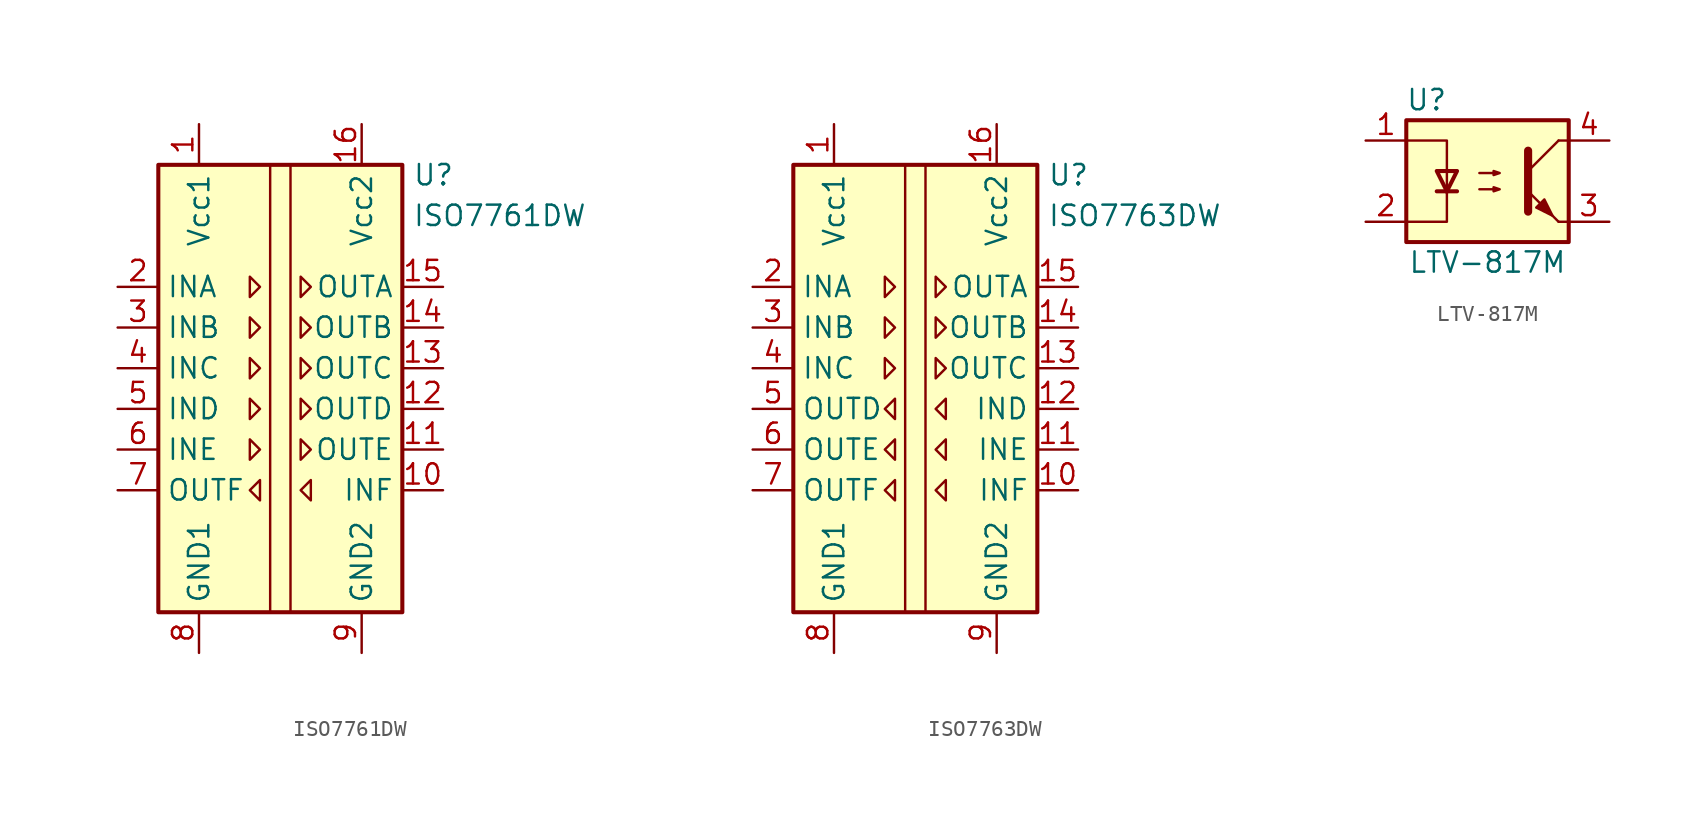
<source format=kicad_sym>
(kicad_symbol_lib
  (version 20220914)
  (generator kicad_symbol_editor)
  (symbol "ISO7761DW"
    (property "Reference" "U"
      (at 8.255 14.605 0)
      (effects (font (size 1.27 1.27)) (justify left)))
    (property "Value" "ISO7761DW"
      (at 8.255 12.065 0)
      (effects (font (size 1.27 1.27)) (justify left)))
    (symbol "ISO7761DW_0_1"
      (rectangle (start -7.62 15.24) (end 7.62 -12.7) (stroke (width 0.254) (type default)) (fill (type background)))
      (polyline (pts (xy -0.635 15.24) (xy -0.635 -12.7)) (stroke (width 0) (type default)) (fill (type none)))
      (polyline (pts (xy 0.635 15.24) (xy 0.635 -12.7)) (stroke (width 0) (type default)) (fill (type none)))
      (polyline (pts (xy -1.905 8.255) (xy -1.27 7.62) (xy -1.905 6.985) (xy -1.905 8.255)) (stroke (width 0) (type default)) (fill (type none)))
      (polyline (pts (xy 1.27 8.255) (xy 1.905 7.62) (xy 1.27 6.985) (xy 1.27 8.255)) (stroke (width 0) (type default)) (fill (type none))))
    (symbol "ISO7761DW_1_1"
      (polyline (pts (xy -1.905 -1.905) (xy -1.27 -2.54) (xy -1.905 -3.175) (xy -1.905 -1.905)) (stroke (width 0) (type default)) (fill (type none)))
      (polyline (pts (xy -1.905 0.635) (xy -1.27 0) (xy -1.905 -0.635) (xy -1.905 0.635)) (stroke (width 0) (type default)) (fill (type none)))
      (polyline (pts (xy -1.905 3.175) (xy -1.27 2.54) (xy -1.905 1.905) (xy -1.905 3.175)) (stroke (width 0) (type default)) (fill (type none)))
      (polyline (pts (xy -1.905 5.715) (xy -1.27 5.08) (xy -1.905 4.445) (xy -1.905 5.715)) (stroke (width 0) (type default)) (fill (type none)))
      (polyline (pts (xy -1.27 -4.445) (xy -1.905 -5.08) (xy -1.27 -5.715) (xy -1.27 -4.445)) (stroke (width 0) (type default)) (fill (type none)))
      (polyline (pts (xy 1.27 -1.905) (xy 1.905 -2.54) (xy 1.27 -3.175) (xy 1.27 -1.905)) (stroke (width 0) (type default)) (fill (type none)))
      (polyline (pts (xy 1.27 0.635) (xy 1.905 0) (xy 1.27 -0.635) (xy 1.27 0.635)) (stroke (width 0) (type default)) (fill (type none)))
      (polyline (pts (xy 1.27 3.175) (xy 1.905 2.54) (xy 1.27 1.905) (xy 1.27 3.175)) (stroke (width 0) (type default)) (fill (type none)))
      (polyline (pts (xy 1.27 5.715) (xy 1.905 5.08) (xy 1.27 4.445) (xy 1.27 5.715)) (stroke (width 0) (type default)) (fill (type none)))
      (polyline (pts (xy 1.905 -4.445) (xy 1.27 -5.08) (xy 1.905 -5.715) (xy 1.905 -4.445)) (stroke (width 0) (type default)) (fill (type none)))
      (pin power_in line (at -5.08 17.78 270) (length 2.54) (name "Vcc1" (effects (font (size 1.27 1.27)))) (number "1" (effects (font (size 1.27 1.27)))))
      (pin input line (at 10.16 -5.08 180) (length 2.54) (name "INF" (effects (font (size 1.27 1.27)))) (number "10" (effects (font (size 1.27 1.27)))))
      (pin output line (at 10.16 -2.54 180) (length 2.54) (name "OUTE" (effects (font (size 1.27 1.27)))) (number "11" (effects (font (size 1.27 1.27)))))
      (pin output line (at 10.16 0 180) (length 2.54) (name "OUTD" (effects (font (size 1.27 1.27)))) (number "12" (effects (font (size 1.27 1.27)))))
      (pin output line (at 10.16 2.54 180) (length 2.54) (name "OUTC" (effects (font (size 1.27 1.27)))) (number "13" (effects (font (size 1.27 1.27)))))
      (pin output line (at 10.16 5.08 180) (length 2.54) (name "OUTB" (effects (font (size 1.27 1.27)))) (number "14" (effects (font (size 1.27 1.27)))))
      (pin output line (at 10.16 7.62 180) (length 2.54) (name "OUTA" (effects (font (size 1.27 1.27)))) (number "15" (effects (font (size 1.27 1.27)))))
      (pin power_in line (at 5.08 17.78 270) (length 2.54) (name "Vcc2" (effects (font (size 1.27 1.27)))) (number "16" (effects (font (size 1.27 1.27)))))
      (pin input line (at -10.16 7.62 0) (length 2.54) (name "INA" (effects (font (size 1.27 1.27)))) (number "2" (effects (font (size 1.27 1.27)))))
      (pin input line (at -10.16 5.08 0) (length 2.54) (name "INB" (effects (font (size 1.27 1.27)))) (number "3" (effects (font (size 1.27 1.27)))))
      (pin input line (at -10.16 2.54 0) (length 2.54) (name "INC" (effects (font (size 1.27 1.27)))) (number "4" (effects (font (size 1.27 1.27)))))
      (pin input line (at -10.16 0 0) (length 2.54) (name "IND" (effects (font (size 1.27 1.27)))) (number "5" (effects (font (size 1.27 1.27)))))
      (pin input line (at -10.16 -2.54 0) (length 2.54) (name "INE" (effects (font (size 1.27 1.27)))) (number "6" (effects (font (size 1.27 1.27)))))
      (pin output line (at -10.16 -5.08 0) (length 2.54) (name "OUTF" (effects (font (size 1.27 1.27)))) (number "7" (effects (font (size 1.27 1.27)))))
      (pin power_in line (at -5.08 -15.24 90) (length 2.54) (name "GND1" (effects (font (size 1.27 1.27)))) (number "8" (effects (font (size 1.27 1.27)))))
      (pin power_in line (at 5.08 -15.24 90) (length 2.54) (name "GND2" (effects (font (size 1.27 1.27)))) (number "9" (effects (font (size 1.27 1.27)))))))
  (symbol "ISO7763DW"
    (property "Reference" "U"
      (at 8.255 14.605 0)
      (effects (font (size 1.27 1.27)) (justify left)))
    (property "Value" "ISO7763DW"
      (at 8.255 12.065 0)
      (effects (font (size 1.27 1.27)) (justify left)))
    (symbol "ISO7763DW_0_1"
      (rectangle (start -7.62 15.24) (end 7.62 -12.7) (stroke (width 0.254) (type default)) (fill (type background)))
      (polyline (pts (xy -0.635 15.24) (xy -0.635 -12.7)) (stroke (width 0) (type default)) (fill (type none)))
      (polyline (pts (xy 0.635 15.24) (xy 0.635 -12.7)) (stroke (width 0) (type default)) (fill (type none)))
      (polyline (pts (xy -1.905 8.255) (xy -1.27 7.62) (xy -1.905 6.985) (xy -1.905 8.255)) (stroke (width 0) (type default)) (fill (type none)))
      (polyline (pts (xy 1.27 8.255) (xy 1.905 7.62) (xy 1.27 6.985) (xy 1.27 8.255)) (stroke (width 0) (type default)) (fill (type none))))
    (symbol "ISO7763DW_1_1"
      (polyline (pts (xy -1.905 3.175) (xy -1.27 2.54) (xy -1.905 1.905) (xy -1.905 3.175)) (stroke (width 0) (type default)) (fill (type none)))
      (polyline (pts (xy -1.905 5.715) (xy -1.27 5.08) (xy -1.905 4.445) (xy -1.905 5.715)) (stroke (width 0) (type default)) (fill (type none)))
      (polyline (pts (xy -1.27 -4.445) (xy -1.905 -5.08) (xy -1.27 -5.715) (xy -1.27 -4.445)) (stroke (width 0) (type default)) (fill (type none)))
      (polyline (pts (xy -1.27 -1.905) (xy -1.905 -2.54) (xy -1.27 -3.175) (xy -1.27 -1.905)) (stroke (width 0) (type default)) (fill (type none)))
      (polyline (pts (xy -1.27 0.635) (xy -1.905 0) (xy -1.27 -0.635) (xy -1.27 0.635)) (stroke (width 0) (type default)) (fill (type none)))
      (polyline (pts (xy 1.27 3.175) (xy 1.905 2.54) (xy 1.27 1.905) (xy 1.27 3.175)) (stroke (width 0) (type default)) (fill (type none)))
      (polyline (pts (xy 1.27 5.715) (xy 1.905 5.08) (xy 1.27 4.445) (xy 1.27 5.715)) (stroke (width 0) (type default)) (fill (type none)))
      (polyline (pts (xy 1.905 -4.445) (xy 1.27 -5.08) (xy 1.905 -5.715) (xy 1.905 -4.445)) (stroke (width 0) (type default)) (fill (type none)))
      (polyline (pts (xy 1.905 -1.905) (xy 1.27 -2.54) (xy 1.905 -3.175) (xy 1.905 -1.905)) (stroke (width 0) (type default)) (fill (type none)))
      (polyline (pts (xy 1.905 0.635) (xy 1.27 0) (xy 1.905 -0.635) (xy 1.905 0.635)) (stroke (width 0) (type default)) (fill (type none)))
      (pin power_in line (at -5.08 17.78 270) (length 2.54) (name "Vcc1" (effects (font (size 1.27 1.27)))) (number "1" (effects (font (size 1.27 1.27)))))
      (pin input line (at 10.16 -5.08 180) (length 2.54) (name "INF" (effects (font (size 1.27 1.27)))) (number "10" (effects (font (size 1.27 1.27)))))
      (pin input line (at 10.16 -2.54 180) (length 2.54) (name "INE" (effects (font (size 1.27 1.27)))) (number "11" (effects (font (size 1.27 1.27)))))
      (pin input line (at 10.16 0 180) (length 2.54) (name "IND" (effects (font (size 1.27 1.27)))) (number "12" (effects (font (size 1.27 1.27)))))
      (pin output line (at 10.16 2.54 180) (length 2.54) (name "OUTC" (effects (font (size 1.27 1.27)))) (number "13" (effects (font (size 1.27 1.27)))))
      (pin output line (at 10.16 5.08 180) (length 2.54) (name "OUTB" (effects (font (size 1.27 1.27)))) (number "14" (effects (font (size 1.27 1.27)))))
      (pin output line (at 10.16 7.62 180) (length 2.54) (name "OUTA" (effects (font (size 1.27 1.27)))) (number "15" (effects (font (size 1.27 1.27)))))
      (pin power_in line (at 5.08 17.78 270) (length 2.54) (name "Vcc2" (effects (font (size 1.27 1.27)))) (number "16" (effects (font (size 1.27 1.27)))))
      (pin input line (at -10.16 7.62 0) (length 2.54) (name "INA" (effects (font (size 1.27 1.27)))) (number "2" (effects (font (size 1.27 1.27)))))
      (pin input line (at -10.16 5.08 0) (length 2.54) (name "INB" (effects (font (size 1.27 1.27)))) (number "3" (effects (font (size 1.27 1.27)))))
      (pin input line (at -10.16 2.54 0) (length 2.54) (name "INC" (effects (font (size 1.27 1.27)))) (number "4" (effects (font (size 1.27 1.27)))))
      (pin output line (at -10.16 0 0) (length 2.54) (name "OUTD" (effects (font (size 1.27 1.27)))) (number "5" (effects (font (size 1.27 1.27)))))
      (pin output line (at -10.16 -2.54 0) (length 2.54) (name "OUTE" (effects (font (size 1.27 1.27)))) (number "6" (effects (font (size 1.27 1.27)))))
      (pin output line (at -10.16 -5.08 0) (length 2.54) (name "OUTF" (effects (font (size 1.27 1.27)))) (number "7" (effects (font (size 1.27 1.27)))))
      (pin power_in line (at -5.08 -15.24 90) (length 2.54) (name "GND1" (effects (font (size 1.27 1.27)))) (number "8" (effects (font (size 1.27 1.27)))))
      (pin power_in line (at 5.08 -15.24 90) (length 2.54) (name "GND2" (effects (font (size 1.27 1.27)))) (number "9" (effects (font (size 1.27 1.27)))))))
  (symbol "LTV-817M"
    (pin_names
      (offset 1.016))
    (property "Reference" "U"
      (at -3.81 5.08 0)
      (effects (font (size 1.27 1.27))))
    (property "Value" "LTV-817M"
      (at 0 -5.08 0)
      (effects (font (size 1.27 1.27))))
    (symbol "LTV-817M_1_1"
      (rectangle (start -5.08 3.81) (end 5.08 -3.81) (stroke (width 0.254) (type default)) (fill (type background)))
      (polyline (pts (xy -3.175 -0.635) (xy -1.905 -0.635)) (stroke (width 0.254) (type default)) (fill (type none)))
      (polyline (pts (xy 2.54 0.635) (xy 4.445 2.54)) (stroke (width 0) (type default)) (fill (type none)))
      (polyline (pts (xy 4.445 -2.54) (xy 2.54 -0.635)) (stroke (width 0) (type default)) (fill (type outline)))
      (polyline (pts (xy 4.445 -2.54) (xy 5.08 -2.54)) (stroke (width 0) (type default)) (fill (type none)))
      (polyline (pts (xy 4.445 2.54) (xy 5.08 2.54)) (stroke (width 0) (type default)) (fill (type none)))
      (polyline (pts (xy -5.08 2.54) (xy -2.54 2.54) (xy -2.54 -0.762)) (stroke (width 0) (type default)) (fill (type none)))
      (polyline (pts (xy -2.54 -0.635) (xy -2.54 -2.54) (xy -5.08 -2.54)) (stroke (width 0) (type default)) (fill (type none)))
      (polyline (pts (xy 2.54 1.905) (xy 2.54 -1.905) (xy 2.54 -1.905)) (stroke (width 0.508) (type default)) (fill (type none)))
      (polyline (pts (xy -2.54 -0.635) (xy -3.175 0.635) (xy -1.905 0.635) (xy -2.54 -0.635)) (stroke (width 0.254) (type default)) (fill (type none)))
      (polyline (pts (xy -0.508 -0.508) (xy 0.762 -0.508) (xy 0.381 -0.635) (xy 0.381 -0.381) (xy 0.762 -0.508)) (stroke (width 0) (type default)) (fill (type none)))
      (polyline (pts (xy -0.508 0.508) (xy 0.762 0.508) (xy 0.381 0.381) (xy 0.381 0.635) (xy 0.762 0.508)) (stroke (width 0) (type default)) (fill (type none)))
      (polyline (pts (xy 3.048 -1.651) (xy 3.556 -1.143) (xy 4.064 -2.159) (xy 3.048 -1.651) (xy 3.048 -1.651)) (stroke (width 0) (type default)) (fill (type outline)))
      (pin passive line (at -7.62 2.54 0) (length 2.54) (name "~" (effects (font (size 1.27 1.27)))) (number "1" (effects (font (size 1.27 1.27)))))
      (pin passive line (at -7.62 -2.54 0) (length 2.54) (name "~" (effects (font (size 1.27 1.27)))) (number "2" (effects (font (size 1.27 1.27)))))
      (pin passive line (at 7.62 -2.54 180) (length 2.54) (name "~" (effects (font (size 1.27 1.27)))) (number "3" (effects (font (size 1.27 1.27)))))
      (pin passive line (at 7.62 2.54 180) (length 2.54) (name "~" (effects (font (size 1.27 1.27)))) (number "4" (effects (font (size 1.27 1.27))))))))
</source>
